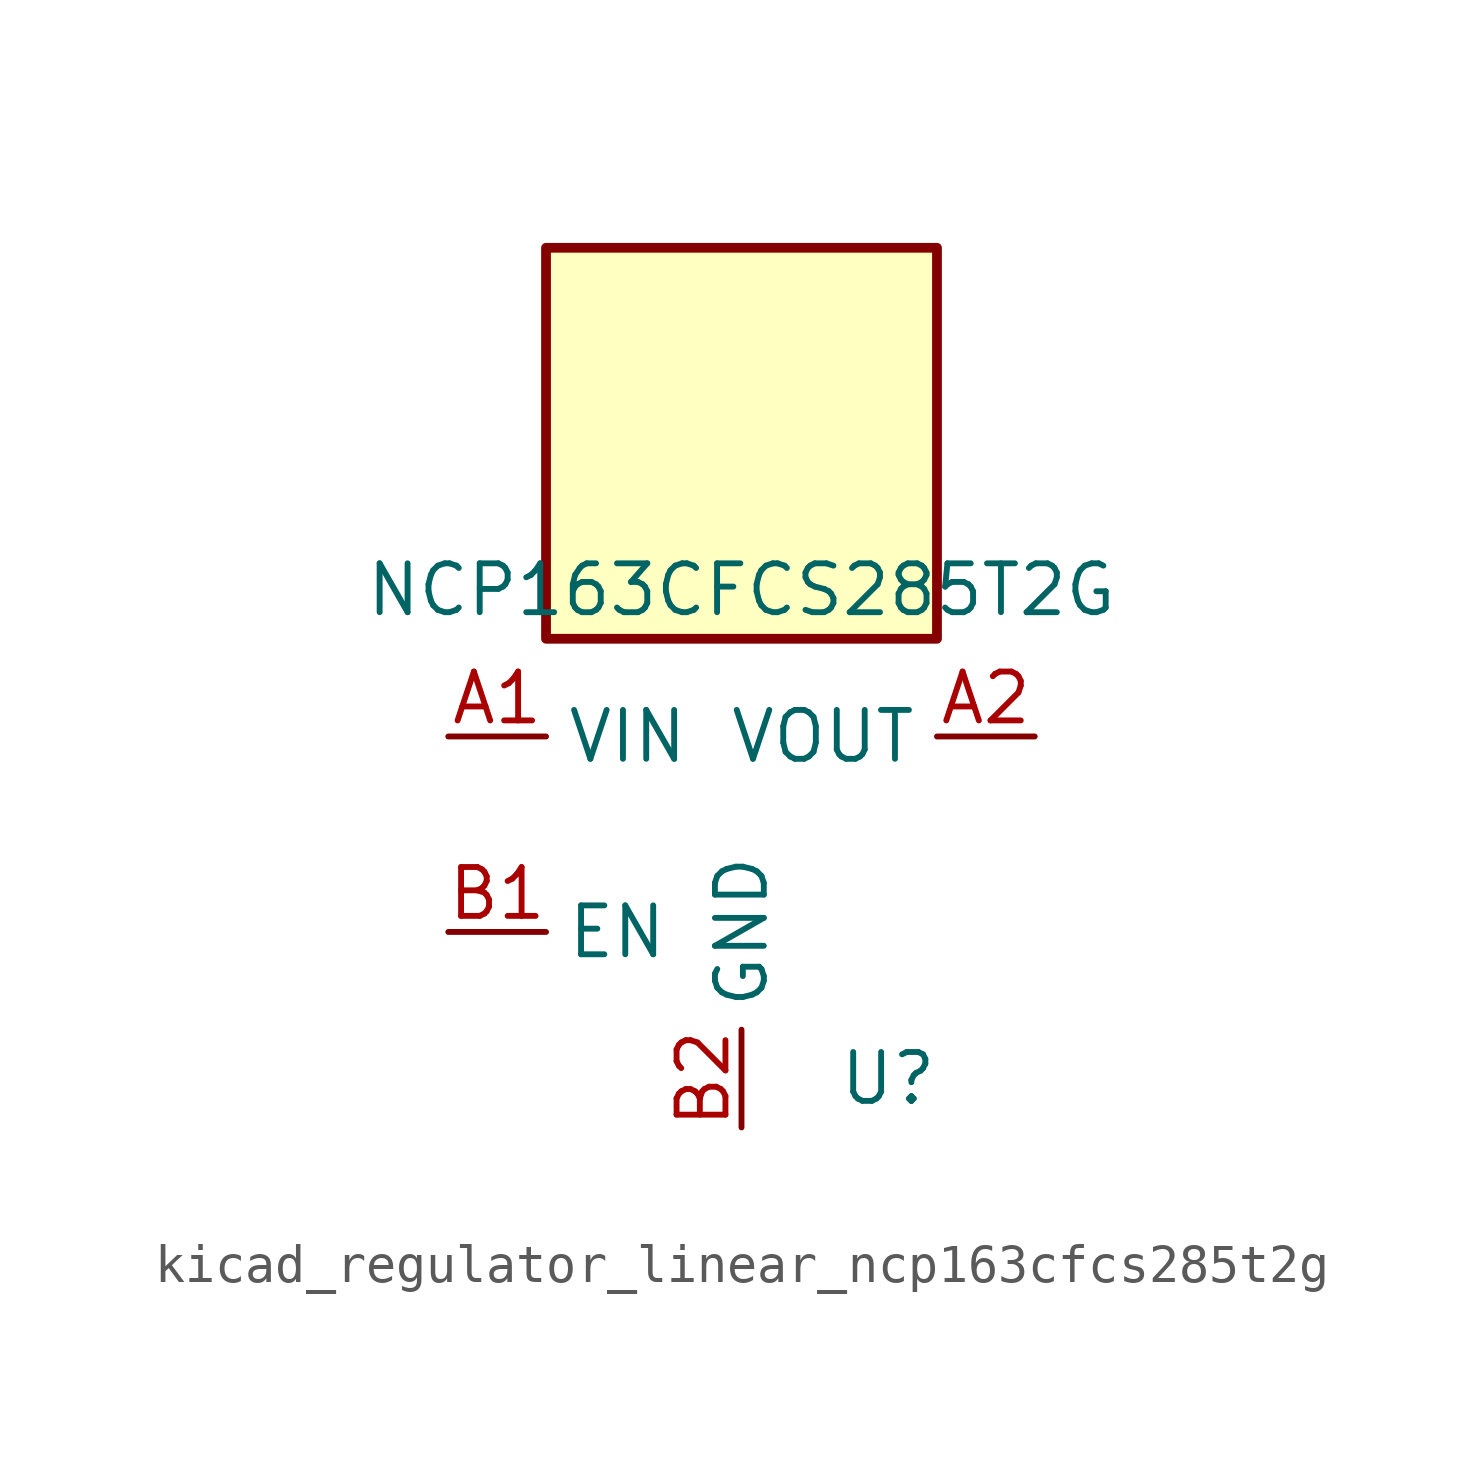
<source format=kicad_sym>
(kicad_symbol_lib
  (version 20220914)
  (generator kicad_symbol_editor)
  (symbol "kicad_regulator_linear_ncp163cfcs285t2g"
    (property "Reference" "U"
      (at 3.81 -6.35 0)
      (effects (font (size 1.27 1.27))))
    (property "Value" "NCP163CFCS285T2G"
      (at 0 6.35 0)
      (effects (font (size 1.27 1.27))))
    (symbol "kicad_regulator_linear_ncp163cfcs285t2g_0_1"
      (rectangle (start 5.08 15.24) (end -5.08 5.08) (stroke (width 0.254) (type default)) (fill (type background))))
    (symbol "kicad_regulator_linear_ncp163cfcs285t2g_1_1"
      (pin power_in line (at -7.62 2.54 0) (length 2.54) (name "VIN" (effects (font (size 1.27 1.27)))) (number "A1" (effects (font (size 1.27 1.27)))))
      (pin power_out line (at 7.62 2.54 180) (length 2.54) (name "VOUT" (effects (font (size 1.27 1.27)))) (number "A2" (effects (font (size 1.27 1.27)))))
      (pin input line (at -7.62 -2.54 0) (length 2.54) (name "EN" (effects (font (size 1.27 1.27)))) (number "B1" (effects (font (size 1.27 1.27)))))
      (pin power_in line (at 0 -7.62 90) (length 2.54) (name "GND" (effects (font (size 1.27 1.27)))) (number "B2" (effects (font (size 1.27 1.27))))))))
</source>
